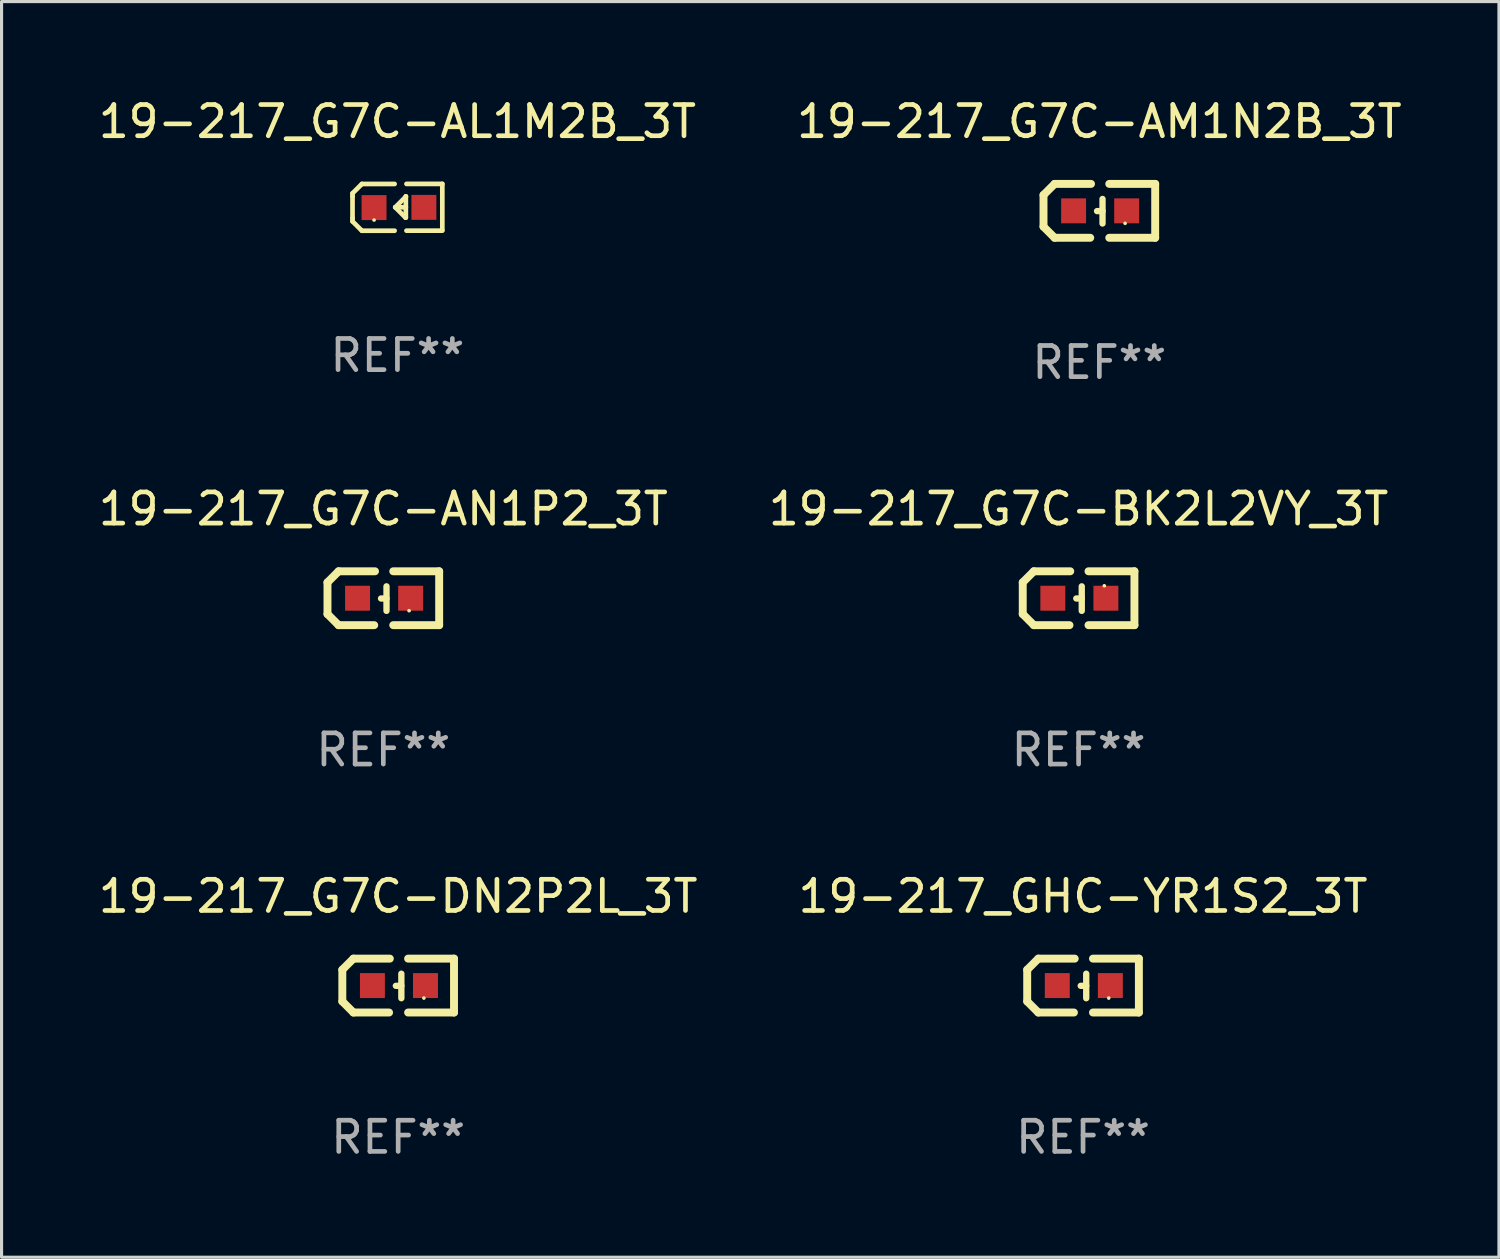
<source format=kicad_pcb>
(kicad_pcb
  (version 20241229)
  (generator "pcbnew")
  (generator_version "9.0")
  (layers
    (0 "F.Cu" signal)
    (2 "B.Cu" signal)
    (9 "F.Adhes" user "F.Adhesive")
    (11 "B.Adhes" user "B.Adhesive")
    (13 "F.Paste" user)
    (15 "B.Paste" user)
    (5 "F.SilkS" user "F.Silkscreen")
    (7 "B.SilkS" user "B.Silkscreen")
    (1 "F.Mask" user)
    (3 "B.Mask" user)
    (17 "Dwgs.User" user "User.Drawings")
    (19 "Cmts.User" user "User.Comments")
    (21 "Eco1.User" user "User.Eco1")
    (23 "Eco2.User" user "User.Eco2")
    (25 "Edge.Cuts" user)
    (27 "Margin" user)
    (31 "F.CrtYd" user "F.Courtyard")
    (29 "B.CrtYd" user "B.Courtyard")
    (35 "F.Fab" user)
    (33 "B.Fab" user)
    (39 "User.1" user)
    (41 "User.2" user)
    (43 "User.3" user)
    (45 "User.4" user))
  (footprint "19-217_G7C-AN1P2_3T"
    (layer "F.Cu")
    (at 9.244 16.136)
    (property "Reference" "19-217_G7C-AN1P2_3T" (at 0 -2.864 0) (layer "F.SilkS") (effects (font (size 1 1) (thickness 0.15))))
    (attr through_hole)
    (fp_line (start -1.791 -0.508) (end -1.435 -0.864) (stroke (width 0.254) (type solid)) (layer "F.SilkS"))
    (fp_line (start -1.791 0.508) (end -1.791 -0.508) (stroke (width 0.254) (type solid)) (layer "F.SilkS"))
    (fp_line (start -1.435 0.864) (end -1.791 0.508) (stroke (width 0.254) (type solid)) (layer "F.SilkS"))
    (fp_line (start -0.292 0.864) (end -1.435 0.864) (stroke (width 0.254) (type solid)) (layer "F.SilkS"))
    (fp_line (start -0.267 -0.864) (end -1.435 -0.864) (stroke (width 0.254) (type solid)) (layer "F.SilkS"))
    (fp_line (start 0.102 0.008) (end -0.074 0.008) (stroke (width 0.203) (type solid)) (layer "F.SilkS"))
    (fp_line (start 0.102 0.406) (end 0.102 -0.381) (stroke (width 0.203) (type solid)) (layer "F.SilkS"))
    (fp_line (start 1.791 -0.864) (end 0.318 -0.864) (stroke (width 0.254) (type solid)) (layer "F.SilkS"))
    (fp_line (start 1.791 0.864) (end 0.318 0.864) (stroke (width 0.254) (type solid)) (layer "F.SilkS"))
    (fp_line (start 1.791 0.864) (end 1.791 -0.864) (stroke (width 0.254) (type solid)) (layer "F.SilkS"))
    (fp_circle (center 0.825 0.4) (end 0.855 0.4) (stroke (width 0.06) (type solid)) (fill no) (layer "F.SilkS"))
    (fp_text user "REF**" (at 0 4.864 0) (layer "F.Fab") (effects (font (size 1 1) (thickness 0.15))))
    (pad "1" smd rect (at 0.876 0 90) (size 0.8 0.8) (layers "F.Cu" "F.Mask" "F.Paste"))
    (pad "2" smd rect (at -0.826 0 90) (size 0.8 0.8) (layers "F.Cu" "F.Mask" "F.Paste")))
  (footprint "19-217_G7C-AM1N2B_3T"
    (layer "F.Cu")
    (at 32.208 3.712)
    (property "Reference" "19-217_G7C-AM1N2B_3T" (at 0 -2.864 0) (layer "F.SilkS") (effects (font (size 1 1) (thickness 0.15))))
    (attr through_hole)
    (fp_line (start -1.791 -0.508) (end -1.435 -0.864) (stroke (width 0.254) (type solid)) (layer "F.SilkS"))
    (fp_line (start -1.791 0.508) (end -1.791 -0.508) (stroke (width 0.254) (type solid)) (layer "F.SilkS"))
    (fp_line (start -1.435 0.864) (end -1.791 0.508) (stroke (width 0.254) (type solid)) (layer "F.SilkS"))
    (fp_line (start -0.292 0.864) (end -1.435 0.864) (stroke (width 0.254) (type solid)) (layer "F.SilkS"))
    (fp_line (start -0.267 -0.864) (end -1.435 -0.864) (stroke (width 0.254) (type solid)) (layer "F.SilkS"))
    (fp_line (start 0.102 0.008) (end -0.074 0.008) (stroke (width 0.203) (type solid)) (layer "F.SilkS"))
    (fp_line (start 0.102 0.406) (end 0.102 -0.381) (stroke (width 0.203) (type solid)) (layer "F.SilkS"))
    (fp_line (start 1.791 -0.864) (end 0.318 -0.864) (stroke (width 0.254) (type solid)) (layer "F.SilkS"))
    (fp_line (start 1.791 0.864) (end 0.318 0.864) (stroke (width 0.254) (type solid)) (layer "F.SilkS"))
    (fp_line (start 1.791 0.864) (end 1.791 -0.864) (stroke (width 0.254) (type solid)) (layer "F.SilkS"))
    (fp_circle (center 0.825 0.4) (end 0.855 0.4) (stroke (width 0.06) (type solid)) (fill no) (layer "F.SilkS"))
    (fp_text user "REF**" (at 0 4.864 0) (layer "F.Fab") (effects (font (size 1 1) (thickness 0.15))))
    (pad "1" smd rect (at 0.876 0 90) (size 0.8 0.8) (layers "F.Cu" "F.Mask" "F.Paste"))
    (pad "2" smd rect (at -0.826 0 90) (size 0.8 0.8) (layers "F.Cu" "F.Mask" "F.Paste")))
  (footprint "19-217_GHC-YR1S2_3T"
    (layer "F.Cu")
    (at 31.685 28.559)
    (property "Reference" "19-217_GHC-YR1S2_3T" (at 0 -2.864 0) (layer "F.SilkS") (effects (font (size 1 1) (thickness 0.15))))
    (attr through_hole)
    (fp_line (start -1.791 -0.508) (end -1.435 -0.864) (stroke (width 0.254) (type solid)) (layer "F.SilkS"))
    (fp_line (start -1.791 0.508) (end -1.791 -0.508) (stroke (width 0.254) (type solid)) (layer "F.SilkS"))
    (fp_line (start -1.435 0.864) (end -1.791 0.508) (stroke (width 0.254) (type solid)) (layer "F.SilkS"))
    (fp_line (start -0.292 0.864) (end -1.435 0.864) (stroke (width 0.254) (type solid)) (layer "F.SilkS"))
    (fp_line (start -0.267 -0.864) (end -1.435 -0.864) (stroke (width 0.254) (type solid)) (layer "F.SilkS"))
    (fp_line (start 0.102 0.008) (end -0.074 0.008) (stroke (width 0.203) (type solid)) (layer "F.SilkS"))
    (fp_line (start 0.102 0.406) (end 0.102 -0.381) (stroke (width 0.203) (type solid)) (layer "F.SilkS"))
    (fp_line (start 1.791 -0.864) (end 0.318 -0.864) (stroke (width 0.254) (type solid)) (layer "F.SilkS"))
    (fp_line (start 1.791 0.864) (end 0.318 0.864) (stroke (width 0.254) (type solid)) (layer "F.SilkS"))
    (fp_line (start 1.791 0.864) (end 1.791 -0.864) (stroke (width 0.254) (type solid)) (layer "F.SilkS"))
    (fp_circle (center 0.825 0.4) (end 0.855 0.4) (stroke (width 0.06) (type solid)) (fill no) (layer "F.SilkS"))
    (fp_text user "REF**" (at 0 4.864 0) (layer "F.Fab") (effects (font (size 1 1) (thickness 0.15))))
    (pad "1" smd rect (at 0.876 0 90) (size 0.8 0.8) (layers "F.Cu" "F.Mask" "F.Paste"))
    (pad "2" smd rect (at -0.826 0 90) (size 0.8 0.8) (layers "F.Cu" "F.Mask" "F.Paste")))
  (footprint "19-217_G7C-AL1M2B_3T"
    (layer "F.Cu")
    (at 9.696 3.599)
    (property "Reference" "19-217_G7C-AL1M2B_3T" (at 0 -2.751 0) (layer "F.SilkS") (effects (font (size 1 1) (thickness 0.15))))
    (attr through_hole)
    (fp_line (start -1.44 -0.449) (end -1.14 -0.749) (stroke (width 0.15) (type solid)) (layer "F.SilkS"))
    (fp_line (start -1.44 -0.349) (end -1.44 -0.449) (stroke (width 0.15) (type solid)) (layer "F.SilkS"))
    (fp_line (start -1.44 -0.349) (end -1.44 0.351) (stroke (width 0.15) (type solid)) (layer "F.SilkS"))
    (fp_line (start -1.44 0.351) (end -1.44 0.451) (stroke (width 0.15) (type solid)) (layer "F.SilkS"))
    (fp_line (start -1.44 0.451) (end -1.14 0.751) (stroke (width 0.15) (type solid)) (layer "F.SilkS"))
    (fp_line (start -0.09 -0.749) (end -1.14 -0.749) (stroke (width 0.15) (type solid)) (layer "F.SilkS"))
    (fp_line (start -0.09 0.751) (end -1.14 0.751) (stroke (width 0.15) (type solid)) (layer "F.SilkS"))
    (fp_line (start 0.26 0.329) (end -0.07 -0.001) (stroke (width 0.15) (type solid)) (layer "F.SilkS"))
    (fp_line (start 0.27 -0.351) (end 0.27 -0.341) (stroke (width 0.15) (type solid)) (layer "F.SilkS"))
    (fp_line (start 0.27 -0.351) (end 0.27 0.329) (stroke (width 0.15) (type solid)) (layer "F.SilkS"))
    (fp_line (start 0.27 -0.341) (end -0.07 -0.001) (stroke (width 0.15) (type solid)) (layer "F.SilkS"))
    (fp_line (start 0.27 -0.001) (end -0.07 -0.001) (stroke (width 0.15) (type solid)) (layer "F.SilkS"))
    (fp_line (start 0.27 0.329) (end 0.26 0.329) (stroke (width 0.15) (type solid)) (layer "F.SilkS"))
    (fp_line (start 0.29 -0.751) (end 1.44 -0.751) (stroke (width 0.15) (type solid)) (layer "F.SilkS"))
    (fp_line (start 0.29 0.749) (end 1.44 0.749) (stroke (width 0.15) (type solid)) (layer "F.SilkS"))
    (fp_line (start 1.44 -0.751) (end 1.44 0.729) (stroke (width 0.15) (type solid)) (layer "F.SilkS"))
    (fp_circle (center -0.75 0.409) (end -0.72 0.409) (stroke (width 0.06) (type solid)) (fill no) (layer "F.SilkS"))
    (fp_text user "REF**" (at 0 4.751 0) (layer "F.Fab") (effects (font (size 1 1) (thickness 0.15))))
    (pad "1" smd rect (at -0.75 0.009 90) (size 0.8 0.8) (layers "F.Cu" "F.Mask" "F.Paste"))
    (pad "2" smd rect (at 0.849 0.002 90) (size 0.8 0.8) (layers "F.Cu" "F.Mask" "F.Paste")))
  (footprint "19-217_G7C-BK2L2VY_3T"
    (layer "F.Cu")
    (at 31.542 16.136)
    (property "Reference" "19-217_G7C-BK2L2VY_3T" (at 0 -2.864 0) (layer "F.SilkS") (effects (font (size 1 1) (thickness 0.15))))
    (attr through_hole)
    (fp_line (start -1.791 -0.508) (end -1.435 -0.864) (stroke (width 0.254) (type solid)) (layer "F.SilkS"))
    (fp_line (start -1.791 0.508) (end -1.791 -0.508) (stroke (width 0.254) (type solid)) (layer "F.SilkS"))
    (fp_line (start -1.435 0.864) (end -1.791 0.508) (stroke (width 0.254) (type solid)) (layer "F.SilkS"))
    (fp_line (start -0.292 0.864) (end -1.435 0.864) (stroke (width 0.254) (type solid)) (layer "F.SilkS"))
    (fp_line (start -0.267 -0.864) (end -1.435 -0.864) (stroke (width 0.254) (type solid)) (layer "F.SilkS"))
    (fp_line (start 0.102 0.008) (end -0.074 0.008) (stroke (width 0.203) (type solid)) (layer "F.SilkS"))
    (fp_line (start 0.102 0.406) (end 0.102 -0.381) (stroke (width 0.203) (type solid)) (layer "F.SilkS"))
    (fp_line (start 1.791 -0.864) (end 0.318 -0.864) (stroke (width 0.254) (type solid)) (layer "F.SilkS"))
    (fp_line (start 1.791 0.864) (end 0.318 0.864) (stroke (width 0.254) (type solid)) (layer "F.SilkS"))
    (fp_line (start 1.791 0.864) (end 1.791 -0.864) (stroke (width 0.254) (type solid)) (layer "F.SilkS"))
    (fp_circle (center 0.825 -0.4) (end 0.855 -0.4) (stroke (width 0.06) (type solid)) (fill no) (layer "F.SilkS"))
    (fp_text user "REF**" (at 0 4.864 0) (layer "F.Fab") (effects (font (size 1 1) (thickness 0.15))))
    (pad "1" smd rect (at 0.876 0 90) (size 0.8 0.8) (layers "F.Cu" "F.Mask" "F.Paste"))
    (pad "2" smd rect (at -0.826 0 90) (size 0.8 0.8) (layers "F.Cu" "F.Mask" "F.Paste")))
  (footprint "19-217_G7C-DN2P2L_3T"
    (layer "F.Cu")
    (at 9.72 28.559)
    (property "Reference" "19-217_G7C-DN2P2L_3T" (at 0 -2.864 0) (layer "F.SilkS") (effects (font (size 1 1) (thickness 0.15))))
    (attr through_hole)
    (fp_line (start -1.791 -0.508) (end -1.435 -0.864) (stroke (width 0.254) (type solid)) (layer "F.SilkS"))
    (fp_line (start -1.791 0.508) (end -1.791 -0.508) (stroke (width 0.254) (type solid)) (layer "F.SilkS"))
    (fp_line (start -1.435 0.864) (end -1.791 0.508) (stroke (width 0.254) (type solid)) (layer "F.SilkS"))
    (fp_line (start -0.292 0.864) (end -1.435 0.864) (stroke (width 0.254) (type solid)) (layer "F.SilkS"))
    (fp_line (start -0.267 -0.864) (end -1.435 -0.864) (stroke (width 0.254) (type solid)) (layer "F.SilkS"))
    (fp_line (start 0.102 0.008) (end -0.074 0.008) (stroke (width 0.203) (type solid)) (layer "F.SilkS"))
    (fp_line (start 0.102 0.406) (end 0.102 -0.381) (stroke (width 0.203) (type solid)) (layer "F.SilkS"))
    (fp_line (start 1.791 -0.864) (end 0.318 -0.864) (stroke (width 0.254) (type solid)) (layer "F.SilkS"))
    (fp_line (start 1.791 0.864) (end 0.318 0.864) (stroke (width 0.254) (type solid)) (layer "F.SilkS"))
    (fp_line (start 1.791 0.864) (end 1.791 -0.864) (stroke (width 0.254) (type solid)) (layer "F.SilkS"))
    (fp_circle (center 0.825 0.4) (end 0.855 0.4) (stroke (width 0.06) (type solid)) (fill no) (layer "F.SilkS"))
    (fp_text user "REF**" (at 0 4.864 0) (layer "F.Fab") (effects (font (size 1 1) (thickness 0.15))))
    (pad "1" smd rect (at 0.876 0 90) (size 0.8 0.8) (layers "F.Cu" "F.Mask" "F.Paste"))
    (pad "2" smd rect (at -0.826 0 90) (size 0.8 0.8) (layers "F.Cu" "F.Mask" "F.Paste")))
  (gr_rect
    (start -3 -3)
    (end 45.024 37.271)
    (stroke (width 0.1) (type default))
    (fill no)
    (layer "Edge.Cuts")))
</source>
